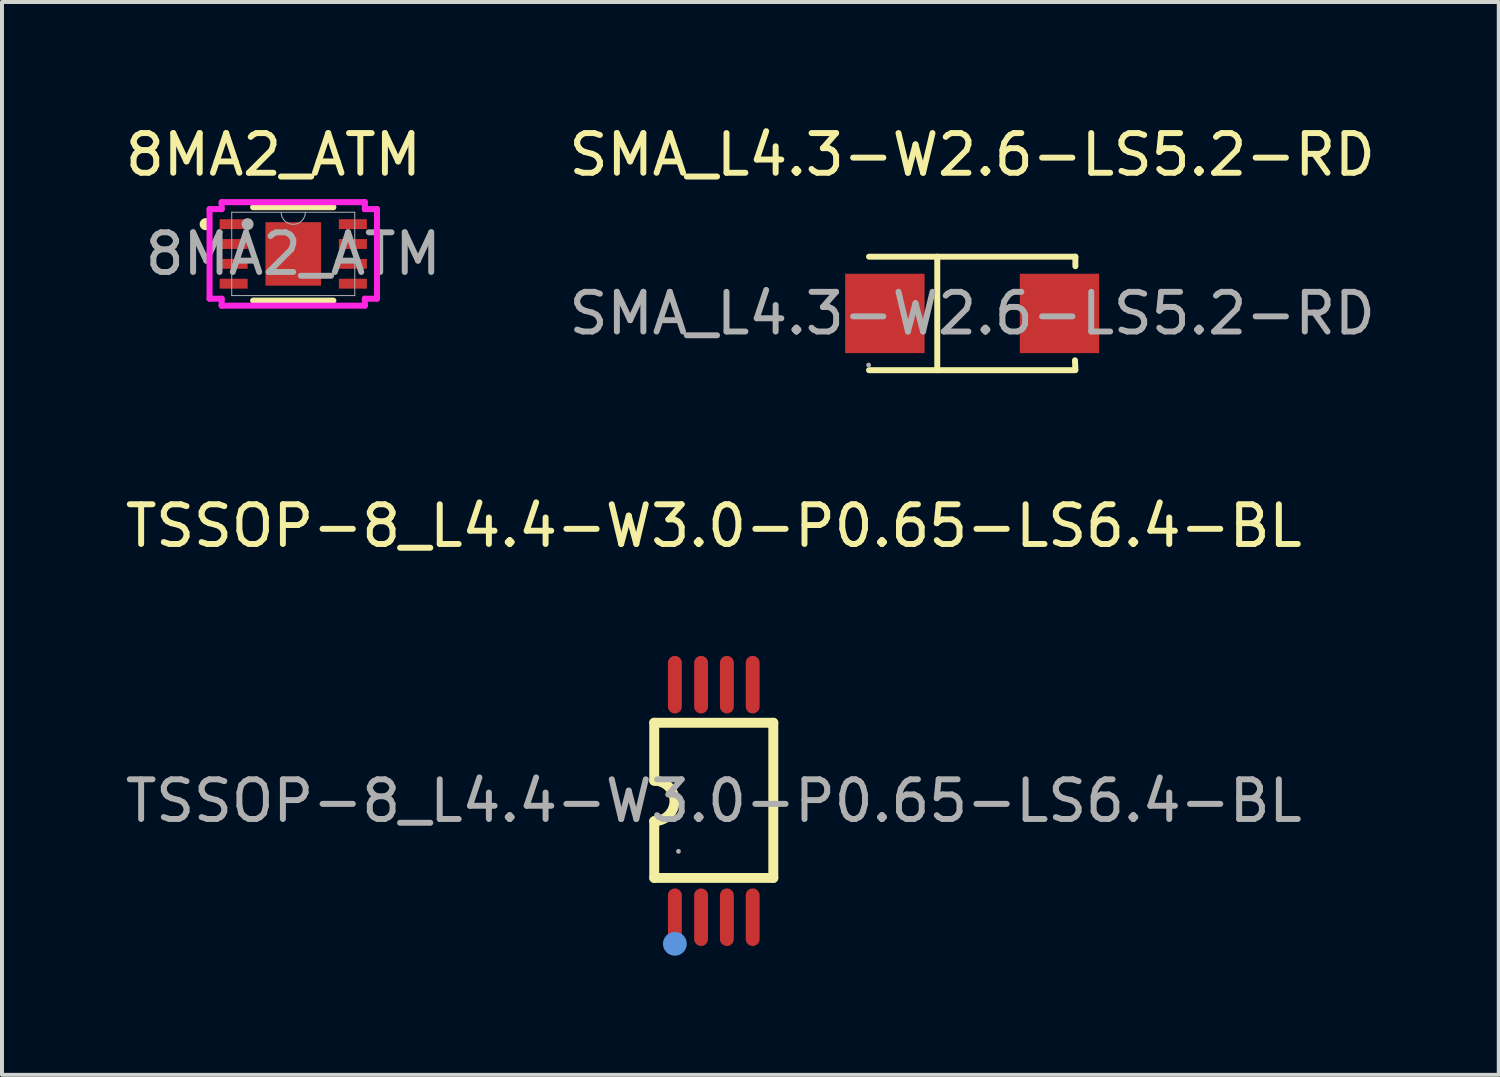
<source format=kicad_pcb>
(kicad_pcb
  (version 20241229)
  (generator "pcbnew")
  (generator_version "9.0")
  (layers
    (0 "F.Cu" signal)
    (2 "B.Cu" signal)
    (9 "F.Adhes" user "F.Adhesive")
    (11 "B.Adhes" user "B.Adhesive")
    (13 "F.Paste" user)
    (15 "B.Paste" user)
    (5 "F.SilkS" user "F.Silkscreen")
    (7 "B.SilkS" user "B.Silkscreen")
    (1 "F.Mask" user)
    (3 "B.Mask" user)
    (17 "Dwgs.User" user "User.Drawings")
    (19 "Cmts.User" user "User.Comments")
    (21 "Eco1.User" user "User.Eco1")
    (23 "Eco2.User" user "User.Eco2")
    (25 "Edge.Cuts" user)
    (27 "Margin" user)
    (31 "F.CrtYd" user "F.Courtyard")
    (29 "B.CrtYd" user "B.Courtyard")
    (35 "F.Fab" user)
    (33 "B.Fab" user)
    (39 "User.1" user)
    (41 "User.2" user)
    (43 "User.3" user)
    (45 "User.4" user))
  (footprint "SMA_L4.3-W2.6-LS5.2-RD"
    (layer "F.Cu")
    (at 21.446 4.848)
    (property "Reference" "SMA_L4.3-W2.6-LS5.2-RD" (at 0 -4 0) (layer "F.SilkS") (effects (font (size 1 1) (thickness 0.15))))
    (attr through_hole)
    (fp_line (start -2.6 -1.43) (end 2.6 -1.43) (stroke (width 0.15) (type solid)) (layer "F.SilkS"))
    (fp_line (start -2.6 1.43) (end 2.6 1.43) (stroke (width 0.15) (type solid)) (layer "F.SilkS"))
    (fp_line (start -0.88 -1.43) (end -0.88 1.43) (stroke (width 0.15) (type solid)) (layer "F.SilkS"))
    (fp_line (start 2.59 1.18) (end 2.6 1.41) (stroke (width 0.15) (type solid)) (layer "F.SilkS"))
    (fp_line (start 2.6 -1.43) (end 2.6 -1.19) (stroke (width 0.15) (type solid)) (layer "F.SilkS"))
    (fp_circle (center -2.61 1.3) (end -2.58 1.3) (stroke (width 0.06) (type solid)) (fill no) (layer "F.Fab"))
    (fp_text user "${REFERENCE}" (at 0 0 0) (layer "F.Fab") (effects (font (size 1 1) (thickness 0.15))))
    (pad "1" smd rect (at -2.2 0 180) (size 2 2) (layers "F.Cu" "F.Mask" "F.Paste"))
    (pad "2" smd rect (at 2.2 0 180) (size 2 2) (layers "F.Cu" "F.Mask" "F.Paste")))
  (footprint "8MA2_ATM"
    (layer "F.Cu")
    (at 4.339 3.348)
    (property "Reference" "8MA2_ATM" (at -0.5 -2.5 0) (unlocked yes) (layer "F.SilkS") (effects (font (size 1 1) (thickness 0.15))))
    (attr smd)
    (fp_line (start -1.011 1.177) (end 1.011 1.177) (stroke (width 0.152) (type solid)) (layer "F.SilkS"))
    (fp_line (start 1.011 -1.177) (end -1.011 -1.177) (stroke (width 0.152) (type solid)) (layer "F.SilkS"))
    (fp_arc (start -2.18754 -0.676171) (mid -2.2826 -0.75) (end -2.18754 -0.823829) (stroke (width 0.1524) (type solid)) (layer "F.SilkS"))
    (fp_line (start -2.109 -1.129) (end -1.804 -1.129) (stroke (width 0.152) (type solid)) (layer "F.CrtYd"))
    (fp_line (start -2.109 1.129) (end -2.109 -1.129) (stroke (width 0.152) (type solid)) (layer "F.CrtYd"))
    (fp_line (start -2.109 1.129) (end -1.804 1.129) (stroke (width 0.152) (type solid)) (layer "F.CrtYd"))
    (fp_line (start -1.804 -1.304) (end 1.804 -1.304) (stroke (width 0.152) (type solid)) (layer "F.CrtYd"))
    (fp_line (start -1.804 -1.129) (end -1.804 -1.304) (stroke (width 0.152) (type solid)) (layer "F.CrtYd"))
    (fp_line (start -1.804 1.304) (end -1.804 1.129) (stroke (width 0.152) (type solid)) (layer "F.CrtYd"))
    (fp_line (start 1.804 -1.304) (end 1.804 -1.129) (stroke (width 0.152) (type solid)) (layer "F.CrtYd"))
    (fp_line (start 1.804 1.129) (end 1.804 1.304) (stroke (width 0.152) (type solid)) (layer "F.CrtYd"))
    (fp_line (start 1.804 1.304) (end -1.804 1.304) (stroke (width 0.152) (type solid)) (layer "F.CrtYd"))
    (fp_line (start 2.109 -1.129) (end 1.804 -1.129) (stroke (width 0.152) (type solid)) (layer "F.CrtYd"))
    (fp_line (start 2.109 -1.129) (end 2.109 1.129) (stroke (width 0.152) (type solid)) (layer "F.CrtYd"))
    (fp_line (start 2.109 1.129) (end 1.804 1.129) (stroke (width 0.152) (type solid)) (layer "F.CrtYd"))
    (fp_line (start -1.55 -1.05) (end -1.55 1.05) (stroke (width 0.025) (type solid)) (layer "F.Fab"))
    (fp_line (start -1.55 1.05) (end 1.55 1.05) (stroke (width 0.025) (type solid)) (layer "F.Fab"))
    (fp_line (start 1.55 -1.05) (end -1.55 -1.05) (stroke (width 0.025) (type solid)) (layer "F.Fab"))
    (fp_line (start 1.55 1.05) (end 1.55 -1.05) (stroke (width 0.025) (type solid)) (layer "F.Fab"))
    (fp_arc (start 0.3048 -1.05) (mid 0 -0.7452) (end -0.3048 -1.05) (stroke (width 0.0254) (type solid)) (layer "F.Fab"))
    (fp_circle (center -1.15 -0.75) (end -1.15 -0.75) (stroke (width 0.152) (type solid)) (fill no) (layer "F.Fab"))
    (fp_text user "${REFERENCE}" (at 0 0 0) (unlocked yes) (layer "F.Fab") (effects (font (size 1 1) (thickness 0.15))))
    (pad "1" smd rect (at -1.502 -0.75) (size 0.705 0.249) (layers "F.Cu" "F.Mask" "F.Paste"))
    (pad "2" smd rect (at -1.502 -0.25) (size 0.705 0.249) (layers "F.Cu" "F.Mask" "F.Paste"))
    (pad "3" smd rect (at -1.502 0.25) (size 0.705 0.249) (layers "F.Cu" "F.Mask" "F.Paste"))
    (pad "4" smd rect (at -1.502 0.75) (size 0.705 0.249) (layers "F.Cu" "F.Mask" "F.Paste"))
    (pad "5" smd rect (at 1.502 0.75) (size 0.705 0.249) (layers "F.Cu" "F.Mask" "F.Paste"))
    (pad "6" smd rect (at 1.502 0.25) (size 0.705 0.249) (layers "F.Cu" "F.Mask" "F.Paste"))
    (pad "7" smd rect (at 1.502 -0.25) (size 0.705 0.249) (layers "F.Cu" "F.Mask" "F.Paste"))
    (pad "8" smd rect (at 1.502 -0.75) (size 0.705 0.249) (layers "F.Cu" "F.Mask" "F.Paste"))
    (pad "9" smd rect (at 0 0) (size 1.4 1.6) (layers "F.Cu" "F.Mask" "F.Paste")))
  (footprint "TSSOP-8_L4.4-W3.0-P0.65-LS6.4-BL"
    (layer "F.Cu")
    (at 14.935 17.131)
    (property "Reference" "TSSOP-8_L4.4-W3.0-P0.65-LS6.4-BL" (at 0 -6.93 0) (layer "F.SilkS") (effects (font (size 1 1) (thickness 0.15))))
    (attr smd)
    (fp_line (start -1.5 -1.97) (end 1.5 -1.97) (stroke (width 0.25) (type solid)) (layer "F.SilkS"))
    (fp_line (start -1.5 -0.51) (end -1.5 -1.97) (stroke (width 0.25) (type solid)) (layer "F.SilkS"))
    (fp_line (start -1.5 0.51) (end -1.5 1.94) (stroke (width 0.25) (type solid)) (layer "F.SilkS"))
    (fp_line (start -1.5 1.94) (end 1.5 1.94) (stroke (width 0.25) (type solid)) (layer "F.SilkS"))
    (fp_line (start 1.5 -1.97) (end 1.5 1.94) (stroke (width 0.25) (type solid)) (layer "F.SilkS"))
    (fp_arc (start -1.5 -0.51) (mid -0.99 0) (end -1.5 0.51) (stroke (width 0.25) (type solid)) (layer "F.SilkS"))
    (fp_circle (center -0.98 3.6) (end -0.83 3.6) (stroke (width 0.3) (type solid)) (fill no) (layer "Cmts.User"))
    (fp_circle (center -0.89 1.27) (end -0.86 1.27) (stroke (width 0.06) (type solid)) (fill no) (layer "F.Fab"))
    (fp_text user "${REFERENCE}" (at 0 0 0) (layer "F.Fab") (effects (font (size 1 1) (thickness 0.15))))
    (pad "1" smd oval (at -0.98 2.93) (size 0.35 1.45) (layers "F.Cu" "F.Mask" "F.Paste"))
    (pad "2" smd oval (at -0.32 2.93) (size 0.35 1.45) (layers "F.Cu" "F.Mask" "F.Paste"))
    (pad "3" smd oval (at 0.33 2.93) (size 0.35 1.45) (layers "F.Cu" "F.Mask" "F.Paste"))
    (pad "4" smd oval (at 0.98 2.93) (size 0.35 1.45) (layers "F.Cu" "F.Mask" "F.Paste"))
    (pad "5" smd oval (at 0.98 -2.93) (size 0.35 1.45) (layers "F.Cu" "F.Mask" "F.Paste"))
    (pad "6" smd oval (at 0.33 -2.93) (size 0.35 1.45) (layers "F.Cu" "F.Mask" "F.Paste"))
    (pad "7" smd oval (at -0.32 -2.93) (size 0.35 1.45) (layers "F.Cu" "F.Mask" "F.Paste"))
    (pad "8" smd oval (at -0.98 -2.93) (size 0.35 1.45) (layers "F.Cu" "F.Mask" "F.Paste")))
  (gr_rect
    (start -3 -3)
    (end 34.714 24.032)
    (stroke (width 0.1) (type default))
    (fill no)
    (layer "Edge.Cuts")))
</source>
